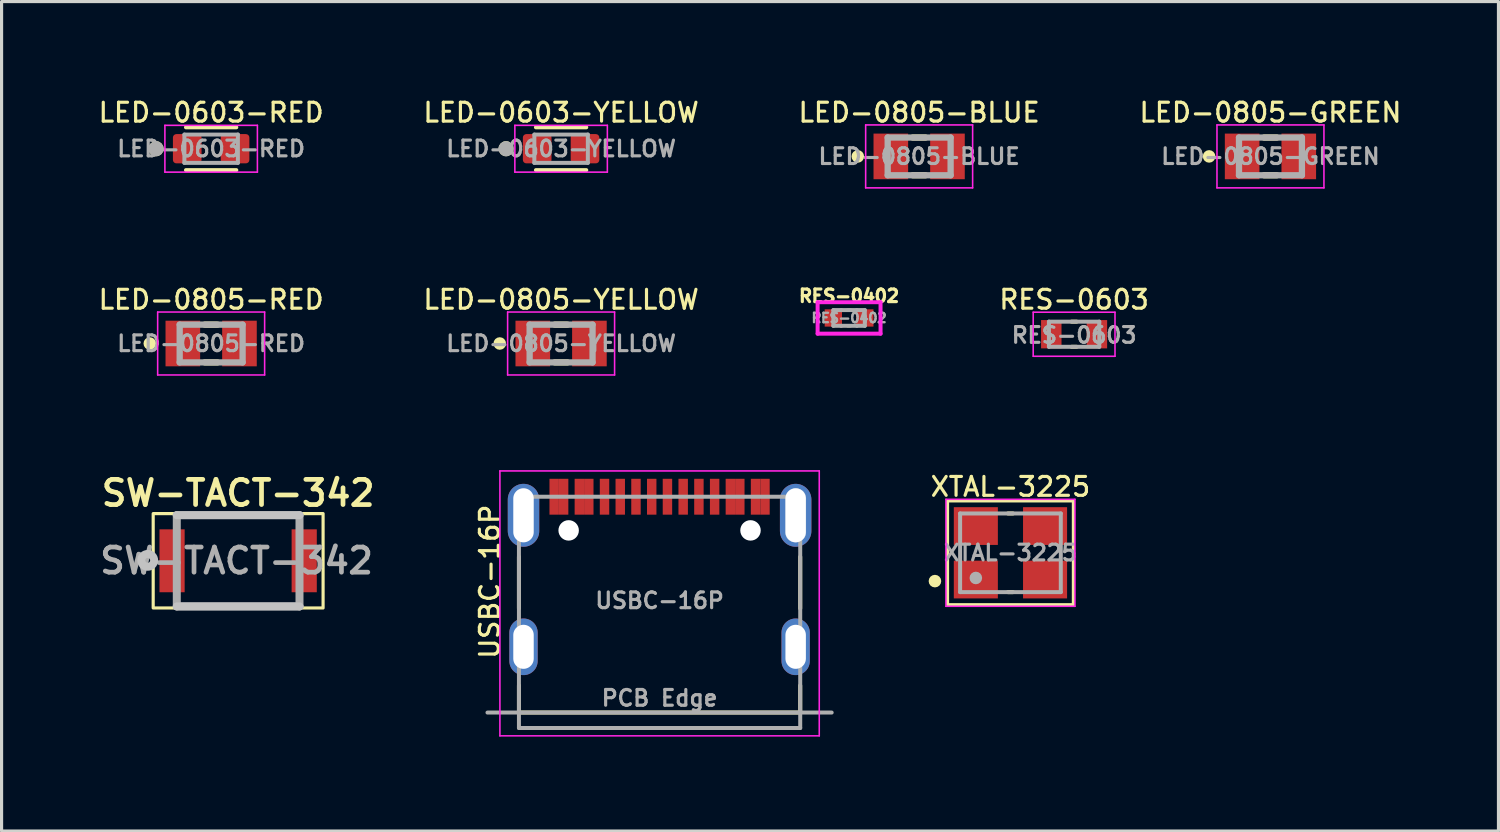
<source format=kicad_pcb>
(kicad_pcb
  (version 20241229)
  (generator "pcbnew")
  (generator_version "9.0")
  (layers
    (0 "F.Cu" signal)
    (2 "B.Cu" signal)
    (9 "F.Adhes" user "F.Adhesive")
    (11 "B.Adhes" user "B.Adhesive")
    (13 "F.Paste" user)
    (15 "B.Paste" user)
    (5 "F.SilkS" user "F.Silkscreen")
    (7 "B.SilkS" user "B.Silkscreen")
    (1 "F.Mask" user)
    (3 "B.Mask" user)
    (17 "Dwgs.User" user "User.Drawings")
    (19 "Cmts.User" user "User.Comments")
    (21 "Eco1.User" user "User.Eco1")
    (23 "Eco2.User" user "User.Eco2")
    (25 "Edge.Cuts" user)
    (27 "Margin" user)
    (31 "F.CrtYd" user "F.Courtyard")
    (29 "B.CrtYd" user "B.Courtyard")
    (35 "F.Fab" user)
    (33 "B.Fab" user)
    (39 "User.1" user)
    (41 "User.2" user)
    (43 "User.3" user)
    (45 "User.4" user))
  (footprint "LED-0805-BLUE"
    (layer "F.Cu")
    (at 26.164 1.921)
    (property "Reference" "LED-0805-BLUE" (at 0 -1.395 0) (layer "F.SilkS") (effects (font (size 0.6 0.6) (thickness 0.1) (bold yes))))
    (attr smd)
    (fp_line (start -0.2 -0.6) (end 0.2 -0.6) (stroke (width 0.2) (type solid)) (layer "F.SilkS"))
    (fp_line (start -0.2 0.6) (end 0.2 0.6) (stroke (width 0.2) (type solid)) (layer "F.SilkS"))
    (fp_circle (center -1.95 0) (end -1.85 0) (stroke (width 0.2) (type solid)) (fill no) (layer "F.SilkS"))
    (fp_line (start -1.7 -1) (end 1.7 -1) (stroke (width 0.05) (type solid)) (layer "F.CrtYd"))
    (fp_line (start -1.7 1) (end -1.7 -1) (stroke (width 0.05) (type solid)) (layer "F.CrtYd"))
    (fp_line (start 1.7 -1) (end 1.7 1) (stroke (width 0.05) (type solid)) (layer "F.CrtYd"))
    (fp_line (start 1.7 1) (end -1.7 1) (stroke (width 0.05) (type solid)) (layer "F.CrtYd"))
    (fp_line (start -1 -0.6) (end 1 -0.6) (stroke (width 0.2) (type solid)) (layer "F.Fab"))
    (fp_line (start -1 0.6) (end -1 -0.6) (stroke (width 0.2) (type solid)) (layer "F.Fab"))
    (fp_line (start 1 -0.6) (end 1 0.6) (stroke (width 0.2) (type solid)) (layer "F.Fab"))
    (fp_line (start 1 0.6) (end -1 0.6) (stroke (width 0.2) (type solid)) (layer "F.Fab"))
    (fp_text user "${REFERENCE}" (at 0 0 0) (layer "F.Fab") (effects (font (size 0.5 0.5) (thickness 0.1) (bold yes))))
    (pad "A" smd rect (at 0.9 0) (size 1.1 1.45) (layers "F.Cu" "F.Mask" "F.Paste"))
    (pad "C" smd rect (at -0.9 0) (size 1.1 1.45) (layers "F.Cu" "F.Mask" "F.Paste")))
  (footprint "SW-TACT-342"
    (layer "F.Cu")
    (at 4.519 14.774)
    (property "Reference" "SW-TACT-342" (at 0 -2.15 0) (layer "F.SilkS") (effects (font (size 0.8 0.8) (thickness 0.15))))
    (attr smd)
    (fp_rect (start -2.7 -1.5) (end 2.7 1.5) (stroke (width 0.1) (type default)) (fill no) (layer "F.SilkS"))
    (fp_line (start -1.95 -1.45) (end 1.95 -1.45) (stroke (width 0.254) (type solid)) (layer "Dwgs.User"))
    (fp_line (start 1.95 1.45) (end -1.95 1.45) (stroke (width 0.254) (type solid)) (layer "Dwgs.User"))
    (fp_circle (center -2.874 -0.014) (end -2.797 -0.014) (stroke (width 0.254) (type solid)) (fill no) (layer "Dwgs.User"))
    (fp_line (start -1.95 -1.45) (end 1.95 -1.45) (stroke (width 0.254) (type solid)) (layer "F.Fab"))
    (fp_line (start -1.95 1.45) (end -1.95 -1.45) (stroke (width 0.254) (type solid)) (layer "F.Fab"))
    (fp_line (start 1.95 -1.45) (end 1.95 1.45) (stroke (width 0.254) (type solid)) (layer "F.Fab"))
    (fp_line (start 1.95 1.45) (end -1.95 1.45) (stroke (width 0.254) (type solid)) (layer "F.Fab"))
    (fp_text user "${REFERENCE}" (at -0.05 0 0) (unlocked yes) (layer "F.Fab") (effects (font (size 0.8 0.8) (thickness 0.15))))
    (pad "1" smd rect (at -2.1 0 90) (size 2 0.8) (layers "F.Cu" "F.Mask" "F.Paste"))
    (pad "2" smd rect (at 2.1 0 90) (size 2 0.8) (layers "F.Cu" "F.Mask" "F.Paste")))
  (footprint "LED-0805-RED"
    (layer "F.Cu")
    (at 3.661 7.868)
    (property "Reference" "LED-0805-RED" (at 0 -1.395 0) (layer "F.SilkS") (effects (font (size 0.6 0.6) (thickness 0.1) (bold yes))))
    (attr smd)
    (fp_line (start -0.2 -0.6) (end 0.2 -0.6) (stroke (width 0.2) (type solid)) (layer "F.SilkS"))
    (fp_line (start -0.2 0.6) (end 0.2 0.6) (stroke (width 0.2) (type solid)) (layer "F.SilkS"))
    (fp_circle (center -1.95 0) (end -1.85 0) (stroke (width 0.2) (type solid)) (fill no) (layer "F.SilkS"))
    (fp_line (start -1.7 -1) (end 1.7 -1) (stroke (width 0.05) (type solid)) (layer "F.CrtYd"))
    (fp_line (start -1.7 1) (end -1.7 -1) (stroke (width 0.05) (type solid)) (layer "F.CrtYd"))
    (fp_line (start 1.7 -1) (end 1.7 1) (stroke (width 0.05) (type solid)) (layer "F.CrtYd"))
    (fp_line (start 1.7 1) (end -1.7 1) (stroke (width 0.05) (type solid)) (layer "F.CrtYd"))
    (fp_line (start -1 -0.6) (end 1 -0.6) (stroke (width 0.2) (type solid)) (layer "F.Fab"))
    (fp_line (start -1 0.6) (end -1 -0.6) (stroke (width 0.2) (type solid)) (layer "F.Fab"))
    (fp_line (start 1 -0.6) (end 1 0.6) (stroke (width 0.2) (type solid)) (layer "F.Fab"))
    (fp_line (start 1 0.6) (end -1 0.6) (stroke (width 0.2) (type solid)) (layer "F.Fab"))
    (fp_text user "${REFERENCE}" (at 0 0 0) (layer "F.Fab") (effects (font (size 0.5 0.5) (thickness 0.1) (bold yes))))
    (pad "A" smd rect (at 0.9 0) (size 1.1 1.45) (layers "F.Cu" "F.Mask" "F.Paste"))
    (pad "C" smd rect (at -0.9 0) (size 1.1 1.45) (layers "F.Cu" "F.Mask" "F.Paste")))
  (footprint "LED-0603-YELLOW"
    (layer "F.Cu")
    (at 14.784 1.677)
    (property "Reference" "LED-0603-YELLOW" (at 0 -1.15 0) (layer "F.SilkS") (effects (font (size 0.6 0.6) (thickness 0.1) (bold yes))))
    (attr smd)
    (fp_line (start -0.8 -0.68) (end 0.8 -0.68) (stroke (width 0.127) (type solid)) (layer "F.SilkS"))
    (fp_line (start -0.8 0.68) (end 0.8 0.68) (stroke (width 0.127) (type solid)) (layer "F.SilkS"))
    (fp_circle (center -1.75 0) (end -1.63 0) (stroke (width 0.24) (type solid)) (fill no) (layer "F.SilkS"))
    (fp_line (start -1.47 -0.744) (end 1.47 -0.744) (stroke (width 0.05) (type solid)) (layer "F.CrtYd"))
    (fp_line (start -1.47 0.744) (end -1.47 -0.744) (stroke (width 0.05) (type solid)) (layer "F.CrtYd"))
    (fp_line (start 1.47 -0.744) (end 1.47 0.744) (stroke (width 0.05) (type solid)) (layer "F.CrtYd"))
    (fp_line (start 1.47 0.744) (end -1.47 0.744) (stroke (width 0.05) (type solid)) (layer "F.CrtYd"))
    (fp_line (start -0.85 -0.45) (end -0.85 0.45) (stroke (width 0.127) (type solid)) (layer "F.Fab"))
    (fp_line (start -0.85 -0.45) (end 0.85 -0.45) (stroke (width 0.127) (type solid)) (layer "F.Fab"))
    (fp_line (start -0.85 0.45) (end 0.85 0.45) (stroke (width 0.127) (type solid)) (layer "F.Fab"))
    (fp_line (start 0.85 -0.45) (end 0.85 0.45) (stroke (width 0.127) (type solid)) (layer "F.Fab"))
    (fp_circle (center -1.75 0) (end -1.63 0) (stroke (width 0.24) (type solid)) (fill no) (layer "F.Fab"))
    (fp_text user "${REFERENCE}" (at 0 0 0) (layer "F.Fab") (effects (font (size 0.5 0.5) (thickness 0.1) (bold yes))))
    (pad "A" smd roundrect (at 0.76 0) (size 0.91 0.93) (layers "F.Cu" "F.Mask" "F.Paste") (roundrect_rratio 0.12))
    (pad "C" smd roundrect (at -0.76 0) (size 0.91 0.93) (layers "F.Cu" "F.Mask" "F.Paste") (roundrect_rratio 0.12)))
  (footprint "LED-0603-RED"
    (layer "F.Cu")
    (at 3.661 1.677)
    (property "Reference" "LED-0603-RED" (at 0 -1.15 0) (layer "F.SilkS") (effects (font (size 0.6 0.6) (thickness 0.1) (bold yes))))
    (attr smd)
    (fp_line (start -0.8 -0.68) (end 0.8 -0.68) (stroke (width 0.127) (type solid)) (layer "F.SilkS"))
    (fp_line (start -0.8 0.68) (end 0.8 0.68) (stroke (width 0.127) (type solid)) (layer "F.SilkS"))
    (fp_circle (center -1.75 0) (end -1.63 0) (stroke (width 0.24) (type solid)) (fill no) (layer "F.SilkS"))
    (fp_line (start -1.47 -0.744) (end 1.47 -0.744) (stroke (width 0.05) (type solid)) (layer "F.CrtYd"))
    (fp_line (start -1.47 0.744) (end -1.47 -0.744) (stroke (width 0.05) (type solid)) (layer "F.CrtYd"))
    (fp_line (start 1.47 -0.744) (end 1.47 0.744) (stroke (width 0.05) (type solid)) (layer "F.CrtYd"))
    (fp_line (start 1.47 0.744) (end -1.47 0.744) (stroke (width 0.05) (type solid)) (layer "F.CrtYd"))
    (fp_line (start -0.85 -0.45) (end -0.85 0.45) (stroke (width 0.127) (type solid)) (layer "F.Fab"))
    (fp_line (start -0.85 -0.45) (end 0.85 -0.45) (stroke (width 0.127) (type solid)) (layer "F.Fab"))
    (fp_line (start -0.85 0.45) (end 0.85 0.45) (stroke (width 0.127) (type solid)) (layer "F.Fab"))
    (fp_line (start 0.85 -0.45) (end 0.85 0.45) (stroke (width 0.127) (type solid)) (layer "F.Fab"))
    (fp_circle (center -1.75 0) (end -1.63 0) (stroke (width 0.24) (type solid)) (fill no) (layer "F.Fab"))
    (fp_text user "${REFERENCE}" (at 0 0 0) (layer "F.Fab") (effects (font (size 0.5 0.5) (thickness 0.1) (bold yes))))
    (pad "A" smd roundrect (at 0.76 0) (size 0.91 0.93) (layers "F.Cu" "F.Mask" "F.Paste") (roundrect_rratio 0.12))
    (pad "C" smd roundrect (at -0.76 0) (size 0.91 0.93) (layers "F.Cu" "F.Mask" "F.Paste") (roundrect_rratio 0.12)))
  (footprint "RES-0402"
    (layer "F.Cu")
    (at 23.937 7.056)
    (property "Reference" "RES-0402" (at 0 -0.7 0) (layer "F.SilkS") (effects (font (size 0.4 0.4) (thickness 0.1) (bold yes))))
    (attr smd)
    (fp_line (start -0.05 -0.25) (end 0.05 -0.25) (stroke (width 0.1) (type default)) (layer "F.SilkS"))
    (fp_line (start -0.05 0.25) (end 0.05 0.25) (stroke (width 0.1) (type default)) (layer "F.SilkS"))
    (fp_line (start -1 -0.5) (end 1 -0.5) (stroke (width 0.127) (type solid)) (layer "F.CrtYd"))
    (fp_line (start -1 0.5) (end -1 -0.5) (stroke (width 0.127) (type solid)) (layer "F.CrtYd"))
    (fp_line (start 1 -0.5) (end 1 0.5) (stroke (width 0.127) (type solid)) (layer "F.CrtYd"))
    (fp_line (start 1 0.5) (end -1 0.5) (stroke (width 0.127) (type solid)) (layer "F.CrtYd"))
    (fp_line (start -0.5 -0.25) (end -0.5 0.25) (stroke (width 0.127) (type solid)) (layer "F.Fab"))
    (fp_line (start -0.5 -0.25) (end -0.25 -0.25) (stroke (width 0.127) (type solid)) (layer "F.Fab"))
    (fp_line (start -0.5 0.25) (end -0.25 0.25) (stroke (width 0.127) (type solid)) (layer "F.Fab"))
    (fp_line (start -0.25 -0.25) (end 0.25 -0.25) (stroke (width 0.127) (type solid)) (layer "F.Fab"))
    (fp_line (start -0.25 0.25) (end 0.25 0.25) (stroke (width 0.127) (type solid)) (layer "F.Fab"))
    (fp_line (start 0.25 -0.25) (end 0.5 -0.25) (stroke (width 0.127) (type solid)) (layer "F.Fab"))
    (fp_line (start 0.25 0.25) (end 0.5 0.25) (stroke (width 0.127) (type solid)) (layer "F.Fab"))
    (fp_line (start 0.5 0.25) (end 0.5 -0.25) (stroke (width 0.127) (type solid)) (layer "F.Fab"))
    (fp_text user "${REFERENCE}" (at 0 0 0) (layer "F.Fab") (effects (font (size 0.3 0.3) (thickness 0.075) (bold yes))))
    (pad "1" smd rect (at -0.5 0) (size 0.55 0.55) (layers "F.Cu" "F.Mask" "F.Paste"))
    (pad "2" smd rect (at 0.5 0) (size 0.55 0.55) (layers "F.Cu" "F.Mask" "F.Paste")))
  (footprint "RES-0603"
    (layer "F.Cu")
    (at 31.089 7.573)
    (property "Reference" "RES-0603" (at 0 -1.1 0) (layer "F.SilkS") (effects (font (size 0.6 0.6) (thickness 0.1) (bold yes))))
    (attr smd)
    (fp_line (start -0.08 -0.4) (end 0.08 -0.4) (stroke (width 0.127) (type solid)) (layer "F.SilkS"))
    (fp_line (start -0.08 0.4) (end 0.08 0.4) (stroke (width 0.127) (type solid)) (layer "F.SilkS"))
    (fp_line (start -1.3 -0.7) (end -1.3 0.7) (stroke (width 0.05) (type solid)) (layer "F.CrtYd"))
    (fp_line (start -1.3 0.7) (end 1.3 0.7) (stroke (width 0.05) (type solid)) (layer "F.CrtYd"))
    (fp_line (start 1.3 -0.7) (end -1.3 -0.7) (stroke (width 0.05) (type solid)) (layer "F.CrtYd"))
    (fp_line (start 1.3 0.7) (end 1.3 -0.7) (stroke (width 0.05) (type solid)) (layer "F.CrtYd"))
    (fp_line (start -0.8 -0.4) (end -0.8 0.4) (stroke (width 0.127) (type solid)) (layer "F.Fab"))
    (fp_line (start -0.8 -0.4) (end 0.8 -0.4) (stroke (width 0.127) (type solid)) (layer "F.Fab"))
    (fp_line (start -0.8 0.4) (end 0.8 0.4) (stroke (width 0.127) (type solid)) (layer "F.Fab"))
    (fp_line (start 0.8 -0.4) (end 0.8 0.4) (stroke (width 0.127) (type solid)) (layer "F.Fab"))
    (fp_text user "${REFERENCE}" (at 0 0.03 0) (layer "F.Fab") (effects (font (size 0.5 0.5) (thickness 0.1) (bold yes))))
    (pad "1" smd rect (at -0.725 0) (size 0.65 0.9) (layers "F.Cu" "F.Mask" "F.Paste"))
    (pad "2" smd rect (at 0.725 0) (size 0.65 0.9) (layers "F.Cu" "F.Mask" "F.Paste")))
  (footprint "LED-0805-GREEN"
    (layer "F.Cu")
    (at 37.33 1.921)
    (property "Reference" "LED-0805-GREEN" (at 0 -1.395 0) (layer "F.SilkS") (effects (font (size 0.6 0.6) (thickness 0.1) (bold yes))))
    (attr smd)
    (fp_line (start -0.2 -0.6) (end 0.2 -0.6) (stroke (width 0.2) (type solid)) (layer "F.SilkS"))
    (fp_line (start -0.2 0.6) (end 0.2 0.6) (stroke (width 0.2) (type solid)) (layer "F.SilkS"))
    (fp_circle (center -1.95 0) (end -1.85 0) (stroke (width 0.2) (type solid)) (fill no) (layer "F.SilkS"))
    (fp_line (start -1.7 -1) (end 1.7 -1) (stroke (width 0.05) (type solid)) (layer "F.CrtYd"))
    (fp_line (start -1.7 1) (end -1.7 -1) (stroke (width 0.05) (type solid)) (layer "F.CrtYd"))
    (fp_line (start 1.7 -1) (end 1.7 1) (stroke (width 0.05) (type solid)) (layer "F.CrtYd"))
    (fp_line (start 1.7 1) (end -1.7 1) (stroke (width 0.05) (type solid)) (layer "F.CrtYd"))
    (fp_line (start -1 -0.6) (end 1 -0.6) (stroke (width 0.2) (type solid)) (layer "F.Fab"))
    (fp_line (start -1 0.6) (end -1 -0.6) (stroke (width 0.2) (type solid)) (layer "F.Fab"))
    (fp_line (start 1 -0.6) (end 1 0.6) (stroke (width 0.2) (type solid)) (layer "F.Fab"))
    (fp_line (start 1 0.6) (end -1 0.6) (stroke (width 0.2) (type solid)) (layer "F.Fab"))
    (fp_text user "${REFERENCE}" (at 0 0 0) (layer "F.Fab") (effects (font (size 0.5 0.5) (thickness 0.1) (bold yes))))
    (pad "A" smd rect (at 0.9 0) (size 1.1 1.45) (layers "F.Cu" "F.Mask" "F.Paste"))
    (pad "C" smd rect (at -0.9 0) (size 1.1 1.45) (layers "F.Cu" "F.Mask" "F.Paste")))
  (footprint "LED-0805-YELLOW"
    (layer "F.Cu")
    (at 14.784 7.868)
    (property "Reference" "LED-0805-YELLOW" (at 0 -1.395 0) (layer "F.SilkS") (effects (font (size 0.6 0.6) (thickness 0.1) (bold yes))))
    (attr smd)
    (fp_line (start -0.2 -0.6) (end 0.2 -0.6) (stroke (width 0.2) (type solid)) (layer "F.SilkS"))
    (fp_line (start -0.2 0.6) (end 0.2 0.6) (stroke (width 0.2) (type solid)) (layer "F.SilkS"))
    (fp_circle (center -1.95 0) (end -1.85 0) (stroke (width 0.2) (type solid)) (fill no) (layer "F.SilkS"))
    (fp_line (start -1.7 -1) (end 1.7 -1) (stroke (width 0.05) (type solid)) (layer "F.CrtYd"))
    (fp_line (start -1.7 1) (end -1.7 -1) (stroke (width 0.05) (type solid)) (layer "F.CrtYd"))
    (fp_line (start 1.7 -1) (end 1.7 1) (stroke (width 0.05) (type solid)) (layer "F.CrtYd"))
    (fp_line (start 1.7 1) (end -1.7 1) (stroke (width 0.05) (type solid)) (layer "F.CrtYd"))
    (fp_line (start -1 -0.6) (end 1 -0.6) (stroke (width 0.2) (type solid)) (layer "F.Fab"))
    (fp_line (start -1 0.6) (end -1 -0.6) (stroke (width 0.2) (type solid)) (layer "F.Fab"))
    (fp_line (start 1 -0.6) (end 1 0.6) (stroke (width 0.2) (type solid)) (layer "F.Fab"))
    (fp_line (start 1 0.6) (end -1 0.6) (stroke (width 0.2) (type solid)) (layer "F.Fab"))
    (fp_text user "${REFERENCE}" (at 0 0 0) (layer "F.Fab") (effects (font (size 0.5 0.5) (thickness 0.1) (bold yes))))
    (pad "A" smd rect (at 0.9 0) (size 1.1 1.45) (layers "F.Cu" "F.Mask" "F.Paste"))
    (pad "C" smd rect (at -0.9 0) (size 1.1 1.45) (layers "F.Cu" "F.Mask" "F.Paste")))
  (footprint "USBC-16P"
    (layer "F.Cu")
    (at 17.914 12.738)
    (property "Reference" "USBC-16P" (at -5.4 2.7 90) (layer "F.SilkS") (effects (font (size 0.6 0.6) (thickness 0.1) (bold yes))))
    (attr smd)
    (fp_line (start -4.47 1.91) (end -4.47 3.55) (stroke (width 0.127) (type solid)) (layer "F.SilkS"))
    (fp_line (start -4.47 6.86) (end -4.47 6) (stroke (width 0.127) (type solid)) (layer "F.SilkS"))
    (fp_line (start -4.47 6.86) (end 4.47 6.86) (stroke (width 0.127) (type solid)) (layer "F.SilkS"))
    (fp_line (start 4.47 1.91) (end 4.47 3.55) (stroke (width 0.127) (type solid)) (layer "F.SilkS"))
    (fp_line (start 4.47 6.86) (end 4.47 6) (stroke (width 0.127) (type solid)) (layer "F.SilkS"))
    (fp_line (start 4 1.14) (end 4 0.09) (stroke (width 0.01) (type solid)) (layer "Edge.Cuts"))
    (fp_line (start 4.65 0.04) (end 4.65 1.14) (stroke (width 0.01) (type solid)) (layer "Edge.Cuts"))
    (fp_arc (start 4 0.09) (mid 4.087513 -0.151274) (end 4.32 -0.26) (stroke (width 0.01) (type solid)) (layer "Edge.Cuts"))
    (fp_arc (start 4.32 -0.26) (mid 4.547132 -0.178345) (end 4.65 0.04) (stroke (width 0.01) (type solid)) (layer "Edge.Cuts"))
    (fp_arc (start 4.32 1.44) (mid 4.097868 1.356274) (end 4 1.14) (stroke (width 0.01) (type solid)) (layer "Edge.Cuts"))
    (fp_arc (start 4.65 1.14) (mid 4.547132 1.358345) (end 4.32 1.44) (stroke (width 0.01) (type solid)) (layer "Edge.Cuts"))
    (fp_line (start -5.075 -0.82) (end -5.075 7.6) (stroke (width 0.05) (type solid)) (layer "F.CrtYd"))
    (fp_line (start -5.075 7.6) (end 5.075 7.6) (stroke (width 0.05) (type solid)) (layer "F.CrtYd"))
    (fp_line (start 5.075 -0.82) (end -5.075 -0.82) (stroke (width 0.05) (type solid)) (layer "F.CrtYd"))
    (fp_line (start 5.075 7.6) (end 5.075 -0.82) (stroke (width 0.05) (type solid)) (layer "F.CrtYd"))
    (fp_line (start -5.47 6.86) (end 5.47 6.86) (stroke (width 0.127) (type solid)) (layer "F.Fab"))
    (fp_line (start -4.47 0) (end -4.47 7.35) (stroke (width 0.127) (type solid)) (layer "F.Fab"))
    (fp_line (start -4.47 7.35) (end 4.47 7.35) (stroke (width 0.127) (type solid)) (layer "F.Fab"))
    (fp_line (start 4.47 0) (end -4.47 0) (stroke (width 0.127) (type solid)) (layer "F.Fab"))
    (fp_line (start 4.47 7.35) (end 4.47 0) (stroke (width 0.127) (type solid)) (layer "F.Fab"))
    (fp_text user "PCB Edge" (at 0 6.4 0) (layer "F.Fab") (effects (font (size 0.5 0.5) (thickness 0.1) (bold yes))))
    (fp_text user "${REFERENCE}" (at 0 3.3 0) (layer "F.Fab") (effects (font (size 0.5 0.5) (thickness 0.1) (bold yes))))
    (pad "" np_thru_hole circle (at -2.89 1.07) (size 0.65 0.65) (drill 0.65) (layers "*.Cu" "*.Mask"))
    (pad "" np_thru_hole circle (at 2.89 1.07) (size 0.65 0.65) (drill 0.65) (layers "*.Cu" "*.Mask"))
    (pad "A1" smd rect (at -3.35 0) (size 0.3 1.14) (layers "F.Cu" "F.Mask" "F.Paste"))
    (pad "A4" smd rect (at -2.55 0) (size 0.3 1.14) (layers "F.Cu" "F.Mask" "F.Paste"))
    (pad "A5" smd rect (at -1.25 0) (size 0.3 1.14) (layers "F.Cu" "F.Mask" "F.Paste"))
    (pad "A6" smd rect (at -0.25 0) (size 0.3 1.14) (layers "F.Cu" "F.Mask" "F.Paste"))
    (pad "A7" smd rect (at 0.25 0) (size 0.3 1.14) (layers "F.Cu" "F.Mask" "F.Paste"))
    (pad "A8" smd rect (at 1.25 0) (size 0.3 1.14) (layers "F.Cu" "F.Mask" "F.Paste"))
    (pad "A9" smd rect (at 2.55 0) (size 0.3 1.14) (layers "F.Cu" "F.Mask" "F.Paste"))
    (pad "A12" smd rect (at 3.35 0) (size 0.3 1.14) (layers "F.Cu" "F.Mask" "F.Paste"))
    (pad "B1" smd rect (at 3.05 0) (size 0.3 1.14) (layers "F.Cu" "F.Mask" "F.Paste"))
    (pad "B4" smd rect (at 2.25 0) (size 0.3 1.14) (layers "F.Cu" "F.Mask" "F.Paste"))
    (pad "B5" smd rect (at 1.75 0) (size 0.3 1.14) (layers "F.Cu" "F.Mask" "F.Paste"))
    (pad "B6" smd rect (at 0.75 0) (size 0.3 1.14) (layers "F.Cu" "F.Mask" "F.Paste"))
    (pad "B7" smd rect (at -0.75 0) (size 0.3 1.14) (layers "F.Cu" "F.Mask" "F.Paste"))
    (pad "B8" smd rect (at -1.75 0) (size 0.3 1.14) (layers "F.Cu" "F.Mask" "F.Paste"))
    (pad "B9" smd rect (at -2.25 0) (size 0.3 1.14) (layers "F.Cu" "F.Mask" "F.Paste"))
    (pad "B12" smd rect (at -3.05 0) (size 0.3 1.14) (layers "F.Cu" "F.Mask" "F.Paste"))
    (pad "S1" thru_hole oval (at -4.325 0.59) (size 1 2) (drill oval 0.65 1.72) (layers "*.Cu" "*.Mask"))
    (pad "S2" thru_hole oval (at 4.325 0.59) (size 1 2) (drill oval 0.65 1.72) (layers "*.Cu" "*.Mask"))
    (pad "S3" thru_hole oval (at -4.325 4.77) (size 0.9 1.8) (drill oval 0.65 1.4) (layers "*.Cu" "*.Mask"))
    (pad "S4" thru_hole oval (at 4.325 4.77) (size 0.9 1.8) (drill oval 0.65 1.4) (layers "*.Cu" "*.Mask")))
  (footprint "XTAL-3225"
    (layer "F.Cu")
    (at 29.066 14.52)
    (property "Reference" "XTAL-3225" (at 0 -2.1 0) (layer "F.SilkS") (effects (font (size 0.6 0.6) (thickness 0.1) (bold yes))))
    (attr smd)
    (fp_line (start 0.08 -1.25) (end -0.08 -1.25) (stroke (width 0.127) (type solid)) (layer "F.SilkS"))
    (fp_line (start 0.08 1.25) (end -0.08 1.25) (stroke (width 0.127) (type solid)) (layer "F.SilkS"))
    (fp_rect (start -2 -1.65) (end 2 1.65) (stroke (width 0.1) (type default)) (fill no) (layer "F.SilkS"))
    (fp_circle (center -2.4 0.9) (end -2.3 0.9) (stroke (width 0.2) (type solid)) (fill no) (layer "F.SilkS"))
    (fp_line (start -2.05 1.7) (end -2.05 -1.7) (stroke (width 0.05) (type solid)) (layer "F.CrtYd"))
    (fp_line (start 2.05 -1.7) (end -2.05 -1.7) (stroke (width 0.05) (type solid)) (layer "F.CrtYd"))
    (fp_line (start 2.05 -1.7) (end 2.05 1.7) (stroke (width 0.05) (type solid)) (layer "F.CrtYd"))
    (fp_line (start 2.05 1.7) (end -2.05 1.7) (stroke (width 0.05) (type solid)) (layer "F.CrtYd"))
    (fp_line (start -1.6 1.25) (end -1.6 -1.25) (stroke (width 0.127) (type solid)) (layer "F.Fab"))
    (fp_line (start 1.6 -1.25) (end -1.6 -1.25) (stroke (width 0.127) (type solid)) (layer "F.Fab"))
    (fp_line (start 1.6 -1.25) (end 1.6 1.25) (stroke (width 0.127) (type solid)) (layer "F.Fab"))
    (fp_line (start 1.6 1.25) (end -1.6 1.25) (stroke (width 0.127) (type solid)) (layer "F.Fab"))
    (fp_circle (center -1.1 0.8) (end -1 0.8) (stroke (width 0.2) (type solid)) (fill no) (layer "F.Fab"))
    (fp_text user "${REFERENCE}" (at 0 0 0) (layer "F.Fab") (effects (font (size 0.5 0.5) (thickness 0.1) (bold yes))))
    (pad "1" smd rect (at -1.1 0.85 90) (size 1.2 1.4) (layers "F.Cu" "F.Mask" "F.Paste"))
    (pad "2" smd rect (at 1.1 0.85 90) (size 1.2 1.4) (layers "F.Cu" "F.Mask" "F.Paste"))
    (pad "3" smd rect (at 1.1 -0.85 90) (size 1.2 1.4) (layers "F.Cu" "F.Mask" "F.Paste"))
    (pad "4" smd rect (at -1.1 -0.85 90) (size 1.2 1.4) (layers "F.Cu" "F.Mask" "F.Paste")))
  (gr_rect
    (start -3 -3)
    (end 44.577 23.363)
    (stroke (width 0.1) (type default))
    (fill no)
    (layer "Edge.Cuts")))
</source>
